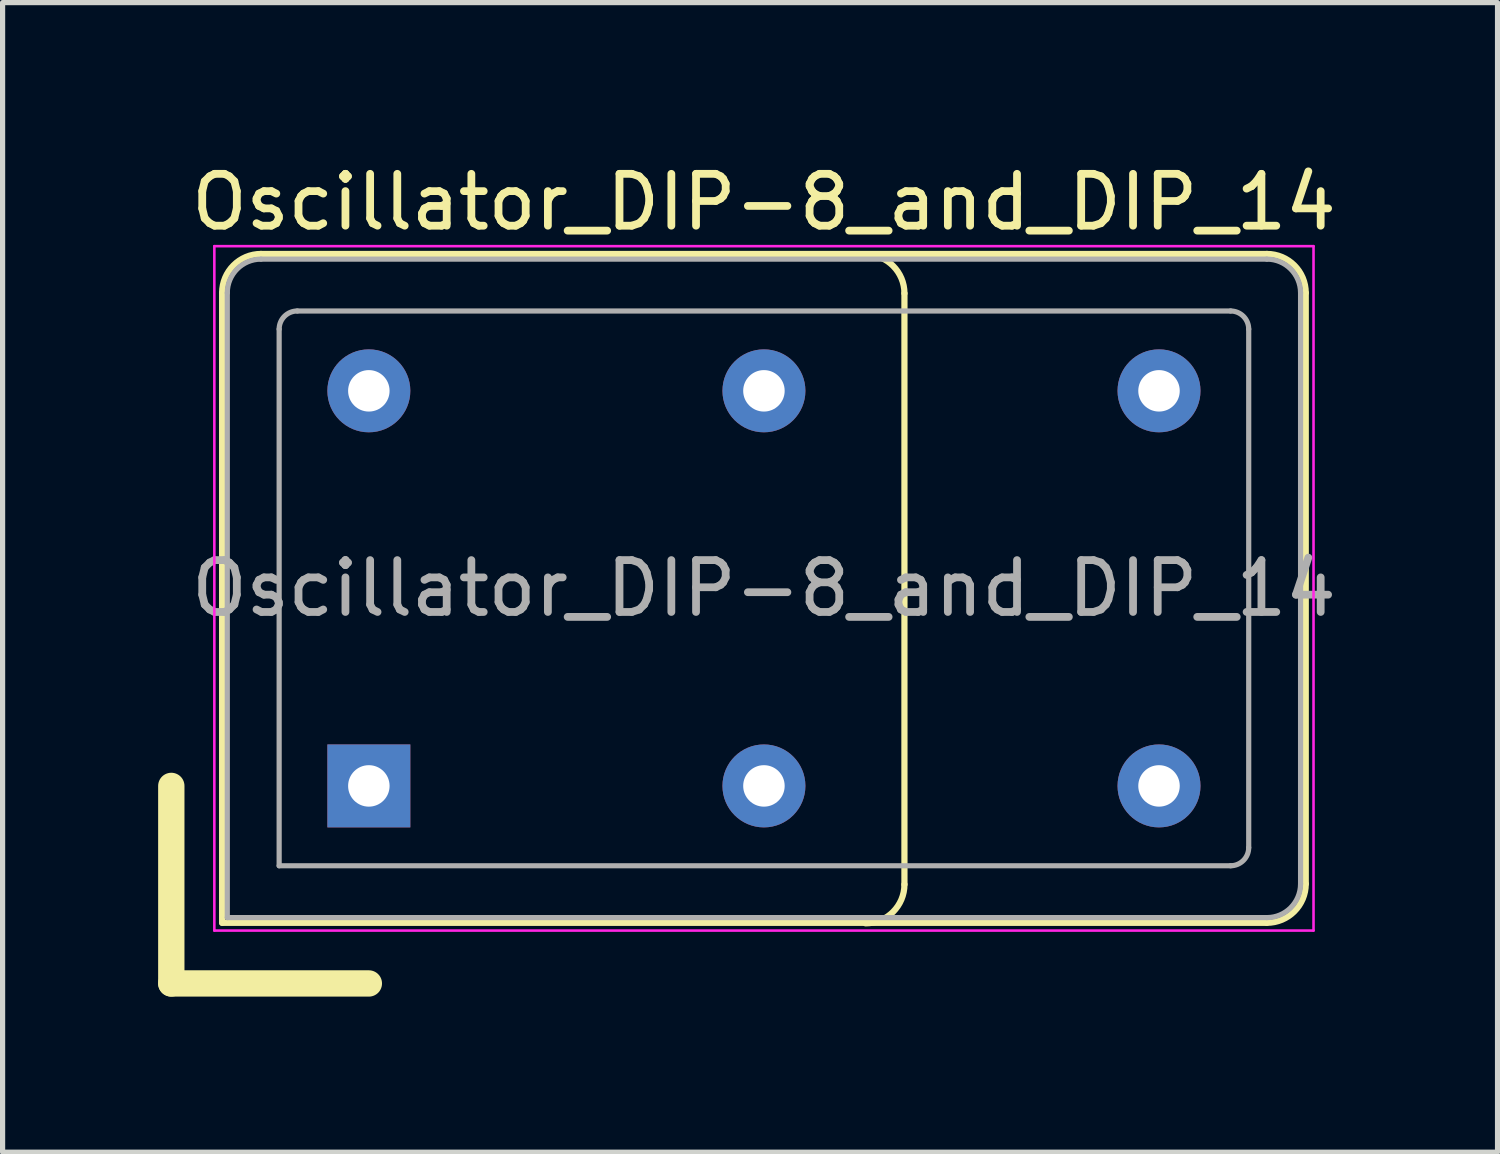
<source format=kicad_pcb>
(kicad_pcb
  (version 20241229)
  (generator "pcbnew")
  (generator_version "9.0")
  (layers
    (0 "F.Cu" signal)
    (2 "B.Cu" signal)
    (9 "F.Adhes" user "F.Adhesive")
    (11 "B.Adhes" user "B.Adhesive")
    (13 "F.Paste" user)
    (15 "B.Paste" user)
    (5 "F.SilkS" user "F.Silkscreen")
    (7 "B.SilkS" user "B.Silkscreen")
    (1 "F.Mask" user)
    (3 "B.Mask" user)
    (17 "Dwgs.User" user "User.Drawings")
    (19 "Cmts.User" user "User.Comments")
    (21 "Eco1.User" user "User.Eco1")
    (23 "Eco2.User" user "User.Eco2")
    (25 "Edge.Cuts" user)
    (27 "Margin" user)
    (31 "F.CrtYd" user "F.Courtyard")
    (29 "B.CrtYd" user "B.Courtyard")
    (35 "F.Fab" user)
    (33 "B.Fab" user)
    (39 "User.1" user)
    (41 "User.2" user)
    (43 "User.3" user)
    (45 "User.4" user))
  (footprint "Oscillator_DIP-8_and_DIP_14"
    (layer "F.Cu")
    (at 4.064 12.108)
    (property "Reference" "Oscillator_DIP-8_and_DIP_14" (at 7.62 -11.26 0) (layer "F.SilkS") (effects (font (size 1 1) (thickness 0.15))))
    (attr through_hole)
    (fp_line (start -3.81 0) (end -3.81 3.81) (stroke (width 0.508) (type default)) (layer "F.SilkS"))
    (fp_line (start -3.81 3.81) (end 0 3.81) (stroke (width 0.508) (type default)) (layer "F.SilkS"))
    (fp_line (start -2.83 -9.51) (end -2.83 2.64) (stroke (width 0.12) (type solid)) (layer "F.SilkS"))
    (fp_line (start -2.83 2.64) (end 17.32 2.64) (stroke (width 0.12) (type solid)) (layer "F.SilkS"))
    (fp_line (start 10.33 1.9) (end 10.33 -9.5) (stroke (width 0.12) (type solid)) (layer "F.SilkS"))
    (fp_line (start 17.32 -10.26) (end -2.08 -10.26) (stroke (width 0.12) (type solid)) (layer "F.SilkS"))
    (fp_line (start 18.07 1.89) (end 18.07 -9.51) (stroke (width 0.12) (type solid)) (layer "F.SilkS"))
    (fp_arc (start -2.83 -9.51) (mid -2.61033 -10.04033) (end -2.08 -10.26) (stroke (width 0.12) (type solid)) (layer "F.SilkS"))
    (fp_arc (start 9.58 -10.25) (mid 10.11033 -10.03033) (end 10.33 -9.5) (stroke (width 0.12) (type solid)) (layer "F.SilkS"))
    (fp_arc (start 10.33 1.9) (mid 10.11033 2.43033) (end 9.58 2.65) (stroke (width 0.12) (type solid)) (layer "F.SilkS"))
    (fp_arc (start 17.32 -10.26) (mid 17.85033 -10.04033) (end 18.07 -9.51) (stroke (width 0.12) (type solid)) (layer "F.SilkS"))
    (fp_arc (start 18.07 1.89) (mid 17.85033 2.42033) (end 17.32 2.64) (stroke (width 0.12) (type solid)) (layer "F.SilkS"))
    (fp_line (start -2.98 -10.41) (end -2.98 2.79) (stroke (width 0.05) (type solid)) (layer "F.CrtYd"))
    (fp_line (start -2.98 2.79) (end 18.22 2.79) (stroke (width 0.05) (type solid)) (layer "F.CrtYd"))
    (fp_line (start 18.22 -10.41) (end -2.98 -10.41) (stroke (width 0.05) (type solid)) (layer "F.CrtYd"))
    (fp_line (start 18.22 2.79) (end 18.22 -10.41) (stroke (width 0.05) (type solid)) (layer "F.CrtYd"))
    (fp_line (start -2.73 2.54) (end -2.73 -9.51) (stroke (width 0.1) (type solid)) (layer "F.Fab"))
    (fp_line (start -2.73 2.54) (end 17.32 2.54) (stroke (width 0.1) (type solid)) (layer "F.Fab"))
    (fp_line (start -2.08 -10.16) (end 17.32 -10.16) (stroke (width 0.1) (type solid)) (layer "F.Fab"))
    (fp_line (start -1.73 1.54) (end -1.73 -8.81) (stroke (width 0.1) (type solid)) (layer "F.Fab"))
    (fp_line (start -1.73 1.54) (end 16.62 1.54) (stroke (width 0.1) (type solid)) (layer "F.Fab"))
    (fp_line (start -1.38 -9.16) (end 16.62 -9.16) (stroke (width 0.1) (type solid)) (layer "F.Fab"))
    (fp_line (start 16.97 1.19) (end 16.97 -8.81) (stroke (width 0.1) (type solid)) (layer "F.Fab"))
    (fp_line (start 17.97 -9.51) (end 17.97 1.89) (stroke (width 0.1) (type solid)) (layer "F.Fab"))
    (fp_arc (start -2.73 -9.51) (mid -2.539619 -9.969619) (end -2.08 -10.16) (stroke (width 0.1) (type solid)) (layer "F.Fab"))
    (fp_arc (start -1.73 -8.81) (mid -1.627487 -9.057487) (end -1.38 -9.16) (stroke (width 0.1) (type solid)) (layer "F.Fab"))
    (fp_arc (start 16.62 -9.16) (mid 16.867487 -9.057487) (end 16.97 -8.81) (stroke (width 0.1) (type solid)) (layer "F.Fab"))
    (fp_arc (start 16.97 1.19) (mid 16.867487 1.437487) (end 16.62 1.54) (stroke (width 0.1) (type solid)) (layer "F.Fab"))
    (fp_arc (start 17.32 -10.16) (mid 17.779619 -9.969619) (end 17.97 -9.51) (stroke (width 0.1) (type solid)) (layer "F.Fab"))
    (fp_arc (start 17.97 1.89) (mid 17.779619 2.349619) (end 17.32 2.54) (stroke (width 0.1) (type solid)) (layer "F.Fab"))
    (fp_text user "${REFERENCE}" (at 7.62 -3.81 0) (layer "F.Fab") (effects (font (size 1 1) (thickness 0.15))))
    (pad "1" thru_hole rect (at 0 0) (size 1.6 1.6) (drill 0.8) (layers "*.Cu" "*.Mask"))
    (pad "2" thru_hole circle (at 7.62 0) (size 1.6 1.6) (drill 0.8) (layers "*.Cu" "*.Mask"))
    (pad "2" thru_hole circle (at 15.24 0) (size 1.6 1.6) (drill 0.8) (layers "*.Cu" "*.Mask"))
    (pad "3" thru_hole circle (at 7.62 -7.62) (size 1.6 1.6) (drill 0.8) (layers "*.Cu" "*.Mask"))
    (pad "3" thru_hole circle (at 15.24 -7.62) (size 1.6 1.6) (drill 0.8) (layers "*.Cu" "*.Mask"))
    (pad "4" thru_hole circle (at 0 -7.62) (size 1.6 1.6) (drill 0.8) (layers "*.Cu" "*.Mask")))
  (gr_rect
    (start -3 -3)
    (end 25.833 19.172)
    (stroke (width 0.1) (type default))
    (fill no)
    (layer "Edge.Cuts")))
</source>
